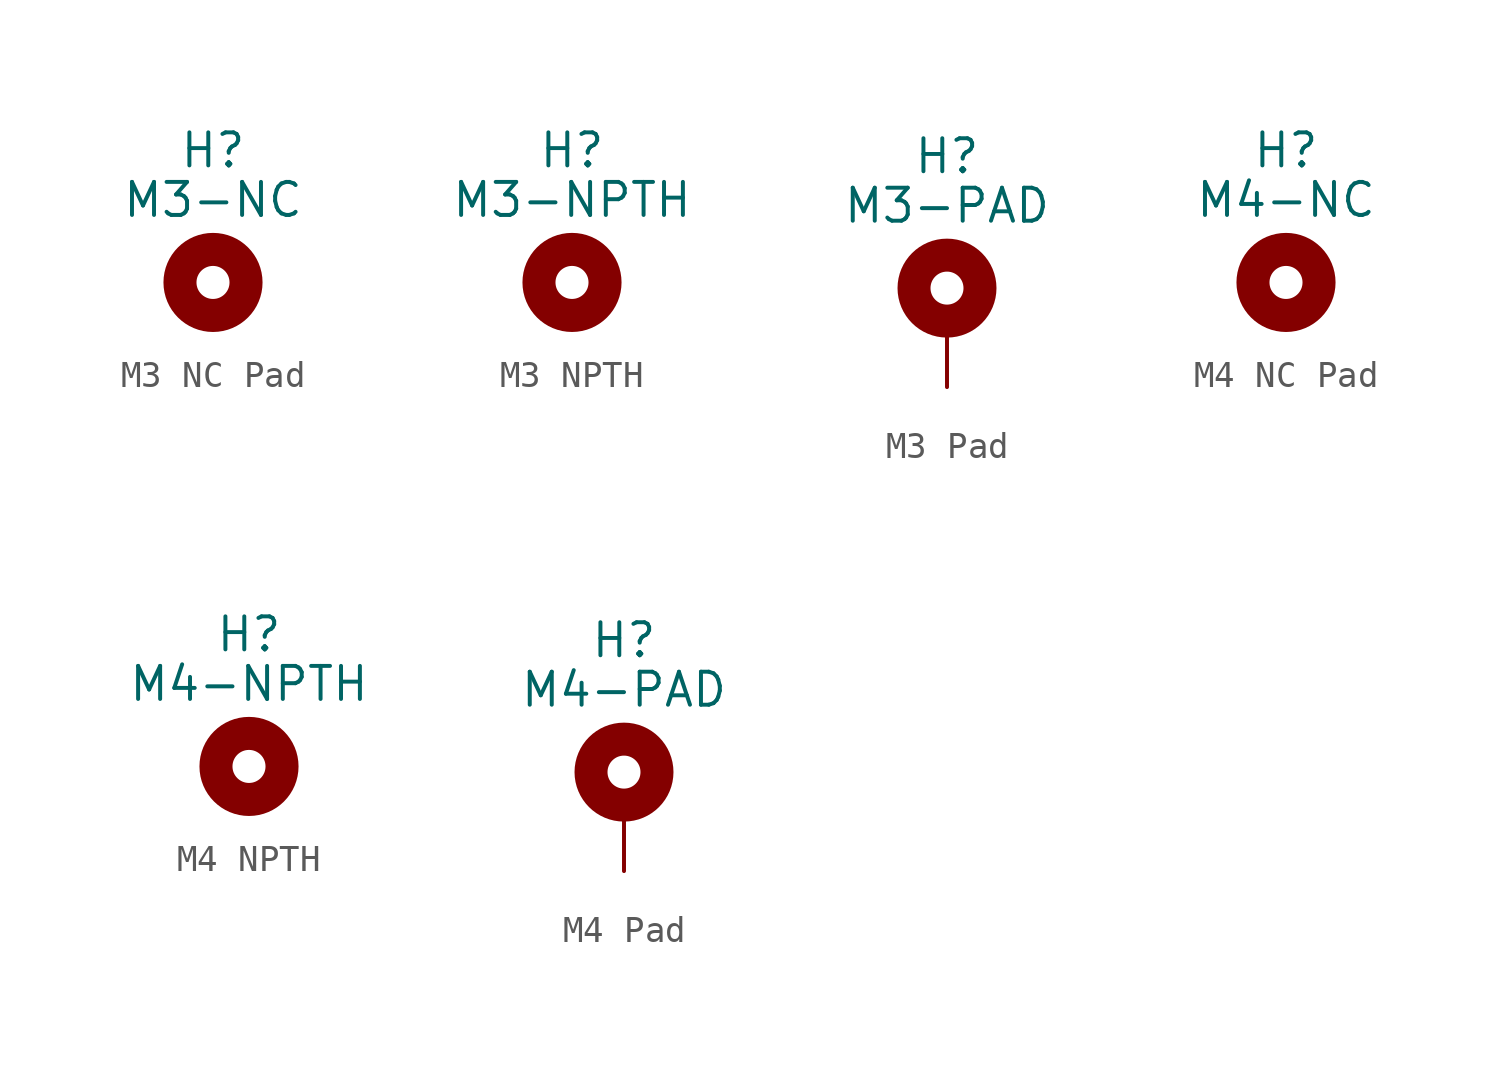
<source format=kicad_sym>
(kicad_symbol_lib
  (version 20220914)
  (generator kicad_symbol_editor)
  (symbol "M3 NC Pad"
    (pin_names
      (offset 1.016))
    (property "Reference" "H"
      (at 0 5.08 0)
      (effects (font (size 1.27 1.27))))
    (property "Value" "M3-NC"
      (at 0 3.175 0)
      (effects (font (size 1.27 1.27))))
    (symbol "M3 NC Pad_0_1"
      (circle (center 0 0) (radius 1.27) (stroke (width 1.27) (type default)) (fill (type none)))))
  (symbol "M3 NPTH"
    (pin_names
      (offset 1.016))
    (property "Reference" "H"
      (at 0 5.08 0)
      (effects (font (size 1.27 1.27))))
    (property "Value" "M3-NPTH"
      (at 0 3.175 0)
      (effects (font (size 1.27 1.27))))
    (symbol "M3 NPTH_0_1"
      (circle (center 0 0) (radius 1.27) (stroke (width 1.27) (type default)) (fill (type none)))))
  (symbol "M3 Pad"
    (pin_numbers hide)
    (pin_names
      (offset 1.016) hide)
    (property "Reference" "H"
      (at 0 6.35 0)
      (effects (font (size 1.27 1.27))))
    (property "Value" "M3-PAD"
      (at 0 4.445 0)
      (effects (font (size 1.27 1.27))))
    (symbol "M3 Pad_0_1"
      (circle (center 0 1.27) (radius 1.27) (stroke (width 1.27) (type default)) (fill (type none))))
    (symbol "M3 Pad_1_1"
      (pin input line (at 0 -2.54 90) (length 2.54) (name "MP" (effects (font (size 1.27 1.27)))) (number "MP" (effects (font (size 1.27 1.27)))))))
  (symbol "M4 NC Pad"
    (pin_names
      (offset 1.016))
    (property "Reference" "H"
      (at 0 5.08 0)
      (effects (font (size 1.27 1.27))))
    (property "Value" "M4-NC"
      (at 0 3.175 0)
      (effects (font (size 1.27 1.27))))
    (symbol "M4 NC Pad_0_1"
      (circle (center 0 0) (radius 1.27) (stroke (width 1.27) (type default)) (fill (type none)))))
  (symbol "M4 NPTH"
    (pin_names
      (offset 1.016))
    (property "Reference" "H"
      (at 0 5.08 0)
      (effects (font (size 1.27 1.27))))
    (property "Value" "M4-NPTH"
      (at 0 3.175 0)
      (effects (font (size 1.27 1.27))))
    (symbol "M4 NPTH_0_1"
      (circle (center 0 0) (radius 1.27) (stroke (width 1.27) (type default)) (fill (type none)))))
  (symbol "M4 Pad"
    (pin_numbers hide)
    (pin_names
      (offset 1.016) hide)
    (property "Reference" "H"
      (at 0 6.35 0)
      (effects (font (size 1.27 1.27))))
    (property "Value" "M4-PAD"
      (at 0 4.445 0)
      (effects (font (size 1.27 1.27))))
    (symbol "M4 Pad_0_1"
      (circle (center 0 1.27) (radius 1.27) (stroke (width 1.27) (type default)) (fill (type none))))
    (symbol "M4 Pad_1_1"
      (pin input line (at 0 -2.54 90) (length 2.54) (name "MP" (effects (font (size 1.27 1.27)))) (number "MP" (effects (font (size 1.27 1.27))))))))
</source>
